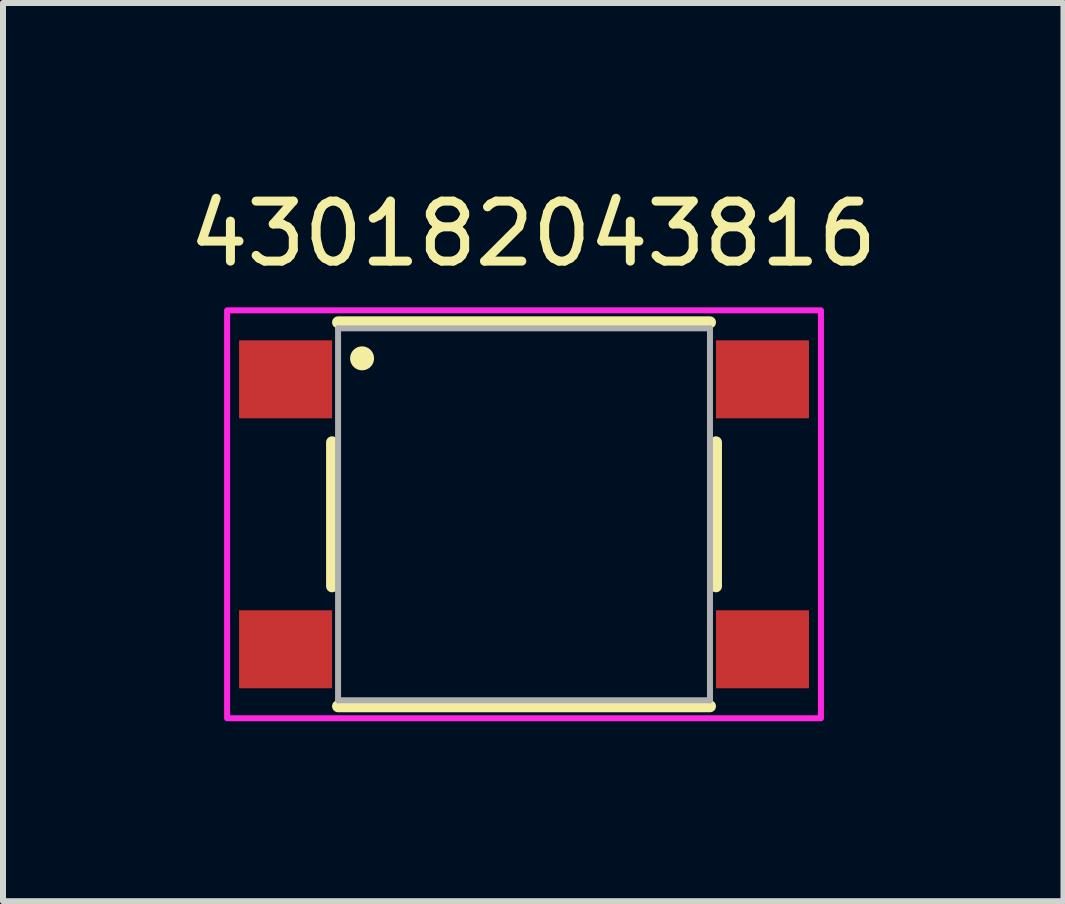
<source format=kicad_pcb>
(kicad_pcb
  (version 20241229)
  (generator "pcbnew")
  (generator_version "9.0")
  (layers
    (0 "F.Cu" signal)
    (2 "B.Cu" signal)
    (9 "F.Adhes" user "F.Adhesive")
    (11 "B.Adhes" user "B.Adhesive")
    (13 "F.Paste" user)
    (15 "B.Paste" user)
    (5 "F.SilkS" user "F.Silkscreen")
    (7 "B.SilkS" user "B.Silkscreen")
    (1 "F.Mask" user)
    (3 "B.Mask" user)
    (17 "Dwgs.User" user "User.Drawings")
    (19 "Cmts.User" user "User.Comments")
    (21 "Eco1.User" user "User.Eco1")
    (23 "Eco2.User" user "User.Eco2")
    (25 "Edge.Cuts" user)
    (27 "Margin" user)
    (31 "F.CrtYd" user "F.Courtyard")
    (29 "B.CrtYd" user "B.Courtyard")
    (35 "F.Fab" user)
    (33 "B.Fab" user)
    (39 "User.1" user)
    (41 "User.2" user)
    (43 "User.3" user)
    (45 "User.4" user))
  (footprint "430182043816"
    (layer "F.Cu")
    (at 5.686 5.524)
    (property "Reference" "430182043816" (at 0.153 -4.676 0) (layer "F.SilkS") (effects (font (size 1 1) (thickness 0.15))))
    (attr smd)
    (fp_line (start -3.2 -1.2) (end -3.2 1.2) (stroke (width 0.2) (type solid)) (layer "F.SilkS"))
    (fp_line (start -3.1 -3.2) (end 3.1 -3.2) (stroke (width 0.2) (type solid)) (layer "F.SilkS"))
    (fp_line (start 3.1 3.2) (end -3.1 3.2) (stroke (width 0.2) (type solid)) (layer "F.SilkS"))
    (fp_line (start 3.2 1.2) (end 3.2 -1.2) (stroke (width 0.2) (type solid)) (layer "F.SilkS"))
    (fp_circle (center -2.7 -2.6) (end -2.6 -2.6) (stroke (width 0.2) (type solid)) (fill no) (layer "F.SilkS"))
    (fp_poly (pts (xy -4.95 -3.4) (xy 4.95 -3.4) (xy 4.95 3.4) (xy -4.95 3.4)) (stroke (width 0.1) (type solid)) (fill no) (layer "F.CrtYd"))
    (fp_line (start -3.1 -3.1) (end -3.1 3.1) (stroke (width 0.1) (type solid)) (layer "F.Fab"))
    (fp_line (start -3.1 3.1) (end 3.1 3.1) (stroke (width 0.1) (type solid)) (layer "F.Fab"))
    (fp_line (start 3.1 -3.1) (end -3.1 -3.1) (stroke (width 0.1) (type solid)) (layer "F.Fab"))
    (fp_line (start 3.1 3.1) (end 3.1 -3.1) (stroke (width 0.1) (type solid)) (layer "F.Fab"))
    (pad "1" smd rect (at -3.975 -2.25) (size 1.55 1.3) (layers "F.Cu" "F.Mask" "F.Paste"))
    (pad "2" smd rect (at -3.975 2.25) (size 1.55 1.3) (layers "F.Cu" "F.Mask" "F.Paste"))
    (pad "3" smd rect (at 3.975 -2.25) (size 1.55 1.3) (layers "F.Cu" "F.Mask" "F.Paste"))
    (pad "4" smd rect (at 3.975 2.25) (size 1.55 1.3) (layers "F.Cu" "F.Mask" "F.Paste")))
  (gr_rect
    (start -3 -3)
    (end 14.679 11.974)
    (stroke (width 0.1) (type default))
    (fill no)
    (layer "Edge.Cuts")))
</source>
